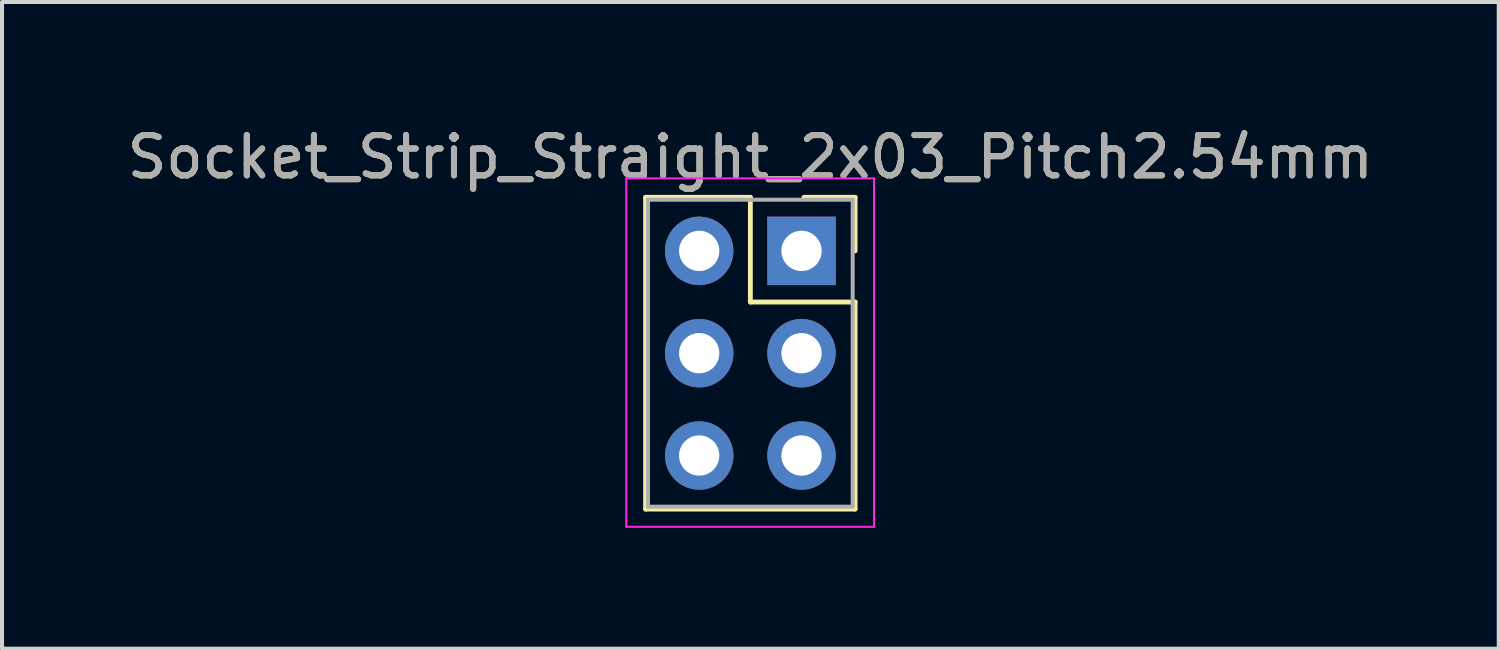
<source format=kicad_pcb>
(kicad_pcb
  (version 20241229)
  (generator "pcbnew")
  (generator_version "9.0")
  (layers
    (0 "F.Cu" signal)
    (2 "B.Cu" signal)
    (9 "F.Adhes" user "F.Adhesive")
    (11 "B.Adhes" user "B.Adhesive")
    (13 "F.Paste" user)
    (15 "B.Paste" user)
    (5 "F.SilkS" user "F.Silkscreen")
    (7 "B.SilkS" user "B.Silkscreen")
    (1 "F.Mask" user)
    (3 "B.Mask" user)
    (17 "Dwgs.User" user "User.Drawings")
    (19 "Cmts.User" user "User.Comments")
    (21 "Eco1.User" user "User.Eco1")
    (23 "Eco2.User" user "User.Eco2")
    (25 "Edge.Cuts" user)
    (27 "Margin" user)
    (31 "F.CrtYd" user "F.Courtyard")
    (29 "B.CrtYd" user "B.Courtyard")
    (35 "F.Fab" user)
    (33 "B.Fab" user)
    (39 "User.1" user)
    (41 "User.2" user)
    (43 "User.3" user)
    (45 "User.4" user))
  (footprint "Socket_Strip_Straight_2x03_Pitch2.54mm"
    (layer "F.Cu")
    (at 16.847 3.178)
    (property "Reference" "Socket_Strip_Straight_2x03_Pitch2.54mm" (at -1.27 -2.33 0) (layer "F.SilkS") (effects (font (size 1 1) (thickness 0.15))))
    (attr through_hole)
    (fp_line (start -3.87 -1.33) (end -1.27 -1.33) (stroke (width 0.12) (type solid)) (layer "F.SilkS"))
    (fp_line (start -3.87 6.41) (end -3.87 -1.33) (stroke (width 0.12) (type solid)) (layer "F.SilkS"))
    (fp_line (start -1.27 -1.33) (end -1.27 1.27) (stroke (width 0.12) (type solid)) (layer "F.SilkS"))
    (fp_line (start -1.27 1.27) (end 1.33 1.27) (stroke (width 0.12) (type solid)) (layer "F.SilkS"))
    (fp_line (start 1.33 -1.33) (end 0.06 -1.33) (stroke (width 0.12) (type solid)) (layer "F.SilkS"))
    (fp_line (start 1.33 0) (end 1.33 -1.33) (stroke (width 0.12) (type solid)) (layer "F.SilkS"))
    (fp_line (start 1.33 1.27) (end 1.33 6.41) (stroke (width 0.12) (type solid)) (layer "F.SilkS"))
    (fp_line (start 1.33 6.41) (end -3.87 6.41) (stroke (width 0.12) (type solid)) (layer "F.SilkS"))
    (fp_line (start -4.35 -1.8) (end -4.35 6.85) (stroke (width 0.05) (type solid)) (layer "F.CrtYd"))
    (fp_line (start -4.35 6.85) (end 1.8 6.85) (stroke (width 0.05) (type solid)) (layer "F.CrtYd"))
    (fp_line (start 1.8 -1.8) (end -4.35 -1.8) (stroke (width 0.05) (type solid)) (layer "F.CrtYd"))
    (fp_line (start 1.8 6.85) (end 1.8 -1.8) (stroke (width 0.05) (type solid)) (layer "F.CrtYd"))
    (fp_line (start -3.81 -1.27) (end -3.81 6.35) (stroke (width 0.1) (type solid)) (layer "F.Fab"))
    (fp_line (start -3.81 6.35) (end 1.27 6.35) (stroke (width 0.1) (type solid)) (layer "F.Fab"))
    (fp_line (start 1.27 -1.27) (end -3.81 -1.27) (stroke (width 0.1) (type solid)) (layer "F.Fab"))
    (fp_line (start 1.27 6.35) (end 1.27 -1.27) (stroke (width 0.1) (type solid)) (layer "F.Fab"))
    (fp_text user "${REFERENCE}" (at -1.27 -2.33 0) (layer "F.Fab") (effects (font (size 1 1) (thickness 0.15))))
    (pad "1" thru_hole rect (at 0 0) (size 1.7 1.7) (drill 1) (layers "*.Cu" "*.Mask"))
    (pad "2" thru_hole oval (at -2.54 0) (size 1.7 1.7) (drill 1) (layers "*.Cu" "*.Mask"))
    (pad "3" thru_hole oval (at -2.54 2.54) (size 1.7 1.7) (drill 1) (layers "*.Cu" "*.Mask"))
    (pad "4" thru_hole oval (at 0 2.54) (size 1.7 1.7) (drill 1) (layers "*.Cu" "*.Mask"))
    (pad "5" thru_hole oval (at 0 5.08) (size 1.7 1.7) (drill 1) (layers "*.Cu" "*.Mask"))
    (pad "6" thru_hole oval (at -2.54 5.08) (size 1.7 1.7) (drill 1) (layers "*.Cu" "*.Mask")))
  (gr_rect
    (start -3 -3)
    (end 34.155 13.053)
    (stroke (width 0.1) (type default))
    (fill no)
    (layer "Edge.Cuts")))
</source>
